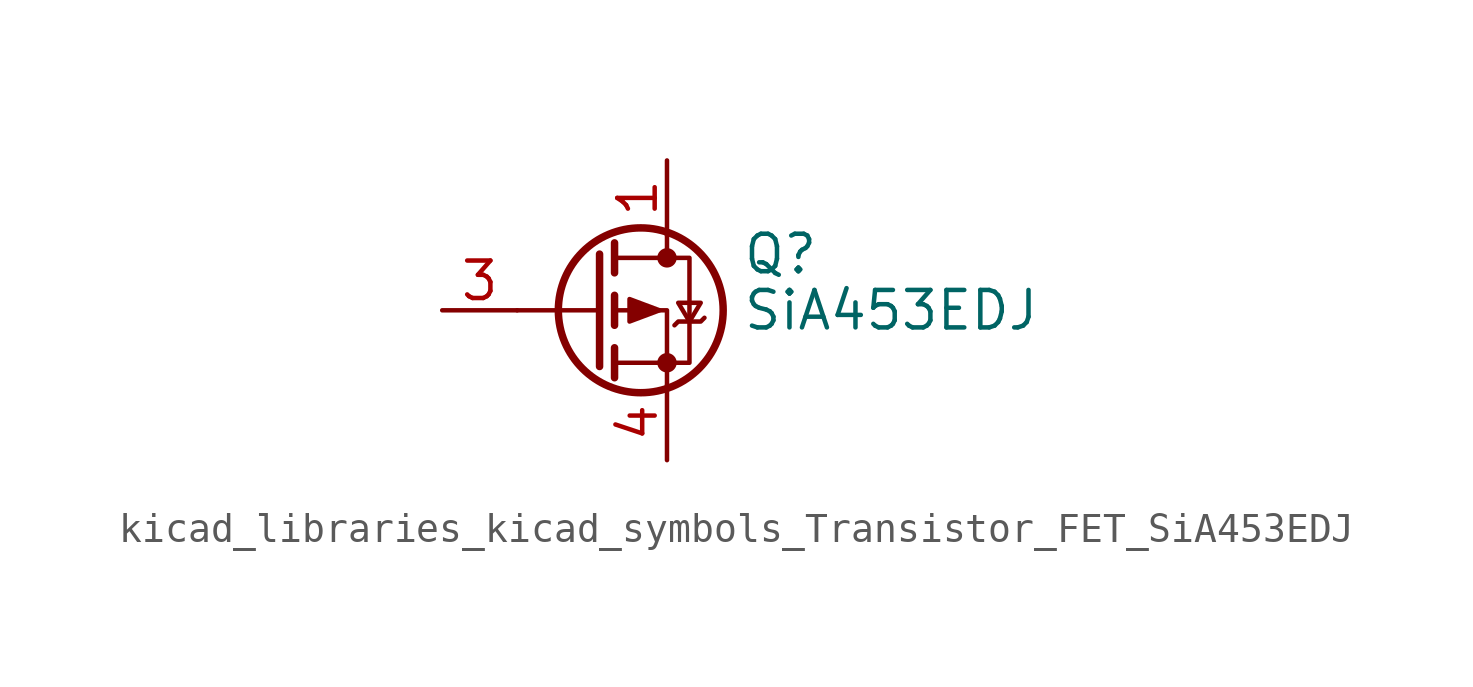
<source format=kicad_sym>
(kicad_symbol_lib
  (version 20220914)
  (generator kicad_symbol_editor)
  (symbol "kicad_libraries_kicad_symbols_Transistor_FET_SiA453EDJ"
    (pin_names hide)
    (property "Reference" "Q"
      (at 5.08 1.905 0)
      (effects (font (size 1.27 1.27)) (justify left)))
    (property "Value" "SiA453EDJ"
      (at 5.08 0 0)
      (effects (font (size 1.27 1.27)) (justify left)))
    (symbol "kicad_libraries_kicad_symbols_Transistor_FET_SiA453EDJ_0_1"
      (polyline (pts (xy 0.254 0) (xy -2.54 0)) (stroke (width 0) (type default)) (fill (type none)))
      (polyline (pts (xy 0.254 1.905) (xy 0.254 -1.905)) (stroke (width 0.254) (type default)) (fill (type none)))
      (polyline (pts (xy 0.762 -1.27) (xy 0.762 -2.286)) (stroke (width 0.254) (type default)) (fill (type none)))
      (polyline (pts (xy 0.762 0.508) (xy 0.762 -0.508)) (stroke (width 0.254) (type default)) (fill (type none)))
      (polyline (pts (xy 0.762 2.286) (xy 0.762 1.27)) (stroke (width 0.254) (type default)) (fill (type none)))
      (polyline (pts (xy 2.54 2.54) (xy 2.54 1.778)) (stroke (width 0) (type default)) (fill (type none)))
      (polyline (pts (xy 2.54 -2.54) (xy 2.54 0) (xy 0.762 0)) (stroke (width 0) (type default)) (fill (type none)))
      (polyline (pts (xy 0.762 1.778) (xy 3.302 1.778) (xy 3.302 -1.778) (xy 0.762 -1.778)) (stroke (width 0) (type default)) (fill (type none)))
      (polyline (pts (xy 2.286 0) (xy 1.27 0.381) (xy 1.27 -0.381) (xy 2.286 0)) (stroke (width 0) (type default)) (fill (type outline)))
      (polyline (pts (xy 2.794 -0.508) (xy 2.921 -0.381) (xy 3.683 -0.381) (xy 3.81 -0.254)) (stroke (width 0) (type default)) (fill (type none)))
      (polyline (pts (xy 3.302 -0.381) (xy 2.921 0.254) (xy 3.683 0.254) (xy 3.302 -0.381)) (stroke (width 0) (type default)) (fill (type none)))
      (circle (center 1.651 0) (radius 2.794) (stroke (width 0.254) (type default)) (fill (type none)))
      (circle (center 2.54 -1.778) (radius 0.254) (stroke (width 0) (type default)) (fill (type outline)))
      (circle (center 2.54 1.778) (radius 0.254) (stroke (width 0) (type default)) (fill (type outline))))
    (symbol "kicad_libraries_kicad_symbols_Transistor_FET_SiA453EDJ_1_1"
      (pin passive line (at 2.54 5.08 270) (length 2.54) (name "D" (effects (font (size 1.27 1.27)))) (number "1" (effects (font (size 1.27 1.27)))))
      (pin passive line (at -5.08 0 0) (length 2.54) (name "G" (effects (font (size 1.27 1.27)))) (number "3" (effects (font (size 1.27 1.27)))))
      (pin passive line (at 2.54 -5.08 90) (length 2.54) (name "S" (effects (font (size 1.27 1.27)))) (number "4" (effects (font (size 1.27 1.27))))))))
</source>
